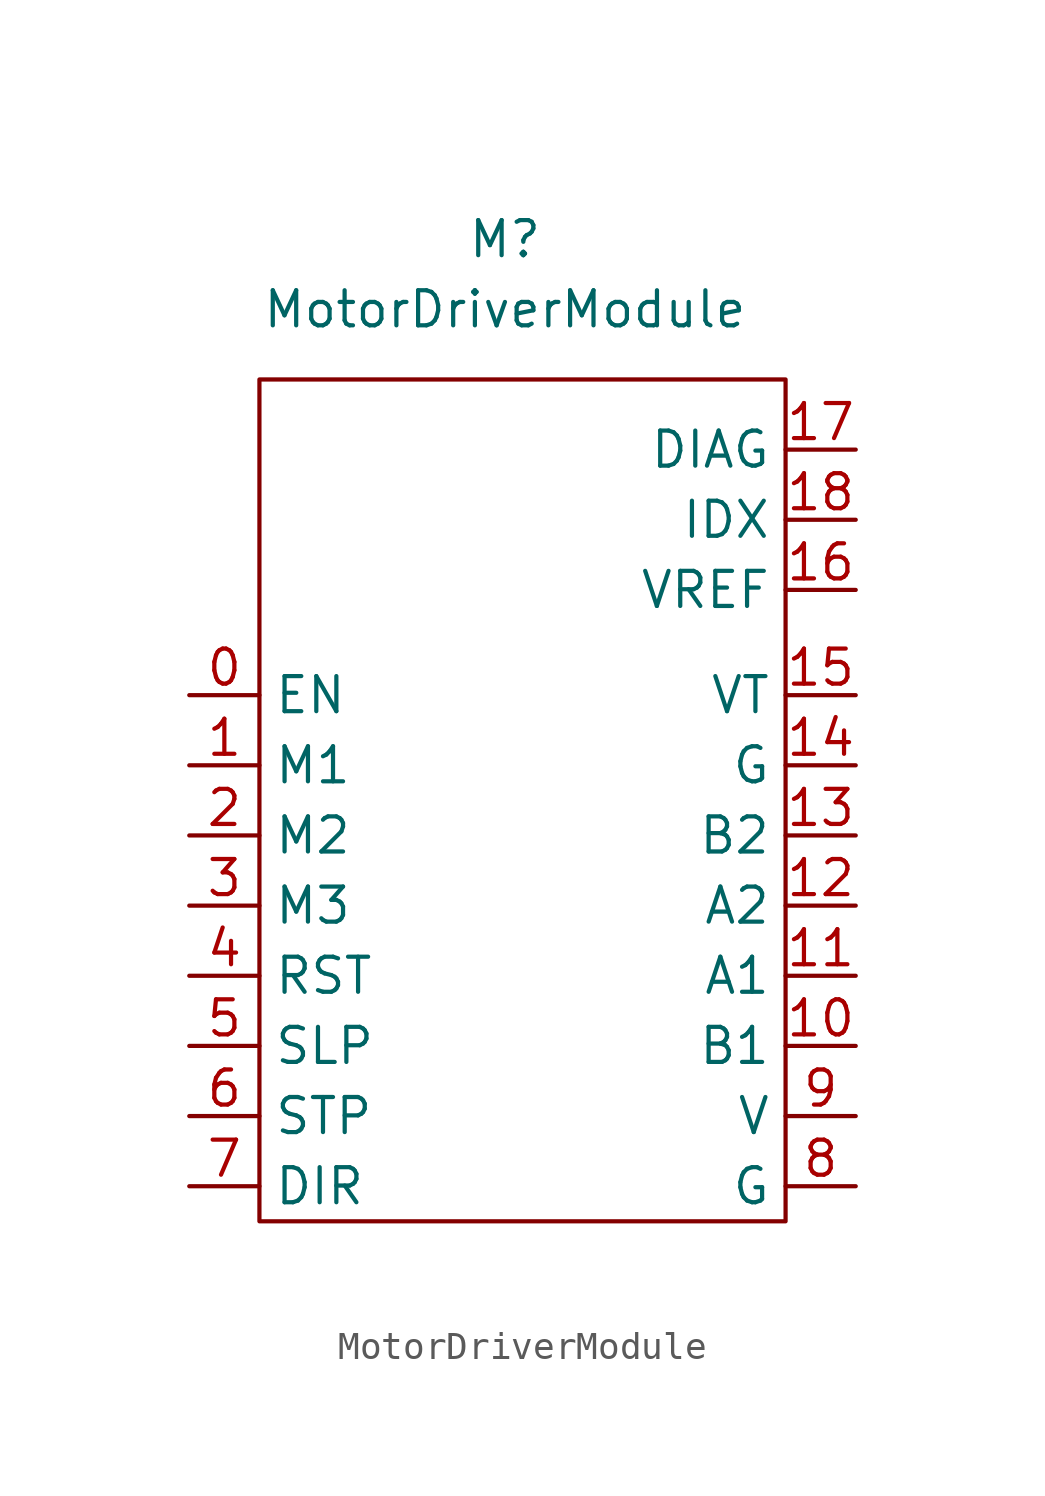
<source format=kicad_sym>
(kicad_symbol_lib
  (version 20231120)
  (generator "kicad_symbol_editor")
  (generator_version "8.0")
  (symbol "MotorDriverModule"
    (property "Reference" "M"
      (at 0 11.43 0)
      (effects (font (size 1.27 1.27))))
    (property "Value" "MotorDriverModule"
      (at 0 8.89 0)
      (effects (font (size 1.27 1.27))))
    (symbol "MotorDriverModule_0_1"
      (rectangle (start -8.89 6.35) (end 10.16 -24.13) (stroke (width 0) (type default)) (fill (type none))))
    (symbol "MotorDriverModule_1_1"
      (pin passive line (at -11.43 -5.08 0) (length 2.54) (name "EN" (effects (font (size 1.27 1.27)))) (number "0" (effects (font (size 1.27 1.27)))))
      (pin passive line (at -11.43 -7.62 0) (length 2.54) (name "M1" (effects (font (size 1.27 1.27)))) (number "1" (effects (font (size 1.27 1.27)))))
      (pin passive line (at 12.7 -17.78 180) (length 2.54) (name "B1" (effects (font (size 1.27 1.27)))) (number "10" (effects (font (size 1.27 1.27)))))
      (pin passive line (at 12.7 -15.24 180) (length 2.54) (name "A1" (effects (font (size 1.27 1.27)))) (number "11" (effects (font (size 1.27 1.27)))))
      (pin passive line (at 12.7 -12.7 180) (length 2.54) (name "A2" (effects (font (size 1.27 1.27)))) (number "12" (effects (font (size 1.27 1.27)))))
      (pin passive line (at 12.7 -10.16 180) (length 2.54) (name "B2" (effects (font (size 1.27 1.27)))) (number "13" (effects (font (size 1.27 1.27)))))
      (pin passive line (at 12.7 -7.62 180) (length 2.54) (name "G" (effects (font (size 1.27 1.27)))) (number "14" (effects (font (size 1.27 1.27)))))
      (pin passive line (at 12.7 -5.08 180) (length 2.54) (name "VT" (effects (font (size 1.27 1.27)))) (number "15" (effects (font (size 1.27 1.27)))))
      (pin passive line (at 12.7 -1.27 180) (length 2.54) (name "VREF" (effects (font (size 1.27 1.27)))) (number "16" (effects (font (size 1.27 1.27)))))
      (pin passive line (at 12.7 3.81 180) (length 2.54) (name "DIAG" (effects (font (size 1.27 1.27)))) (number "17" (effects (font (size 1.27 1.27)))))
      (pin passive line (at 12.7 1.27 180) (length 2.54) (name "IDX" (effects (font (size 1.27 1.27)))) (number "18" (effects (font (size 1.27 1.27)))))
      (pin passive line (at -11.43 -10.16 0) (length 2.54) (name "M2" (effects (font (size 1.27 1.27)))) (number "2" (effects (font (size 1.27 1.27)))))
      (pin passive line (at -11.43 -12.7 0) (length 2.54) (name "M3" (effects (font (size 1.27 1.27)))) (number "3" (effects (font (size 1.27 1.27)))))
      (pin passive line (at -11.43 -15.24 0) (length 2.54) (name "RST" (effects (font (size 1.27 1.27)))) (number "4" (effects (font (size 1.27 1.27)))))
      (pin passive line (at -11.43 -17.78 0) (length 2.54) (name "SLP" (effects (font (size 1.27 1.27)))) (number "5" (effects (font (size 1.27 1.27)))))
      (pin passive line (at -11.43 -20.32 0) (length 2.54) (name "STP" (effects (font (size 1.27 1.27)))) (number "6" (effects (font (size 1.27 1.27)))))
      (pin passive line (at -11.43 -22.86 0) (length 2.54) (name "DIR" (effects (font (size 1.27 1.27)))) (number "7" (effects (font (size 1.27 1.27)))))
      (pin passive line (at 12.7 -22.86 180) (length 2.54) (name "G" (effects (font (size 1.27 1.27)))) (number "8" (effects (font (size 1.27 1.27)))))
      (pin passive line (at 12.7 -20.32 180) (length 2.54) (name "V" (effects (font (size 1.27 1.27)))) (number "9" (effects (font (size 1.27 1.27))))))))
</source>
